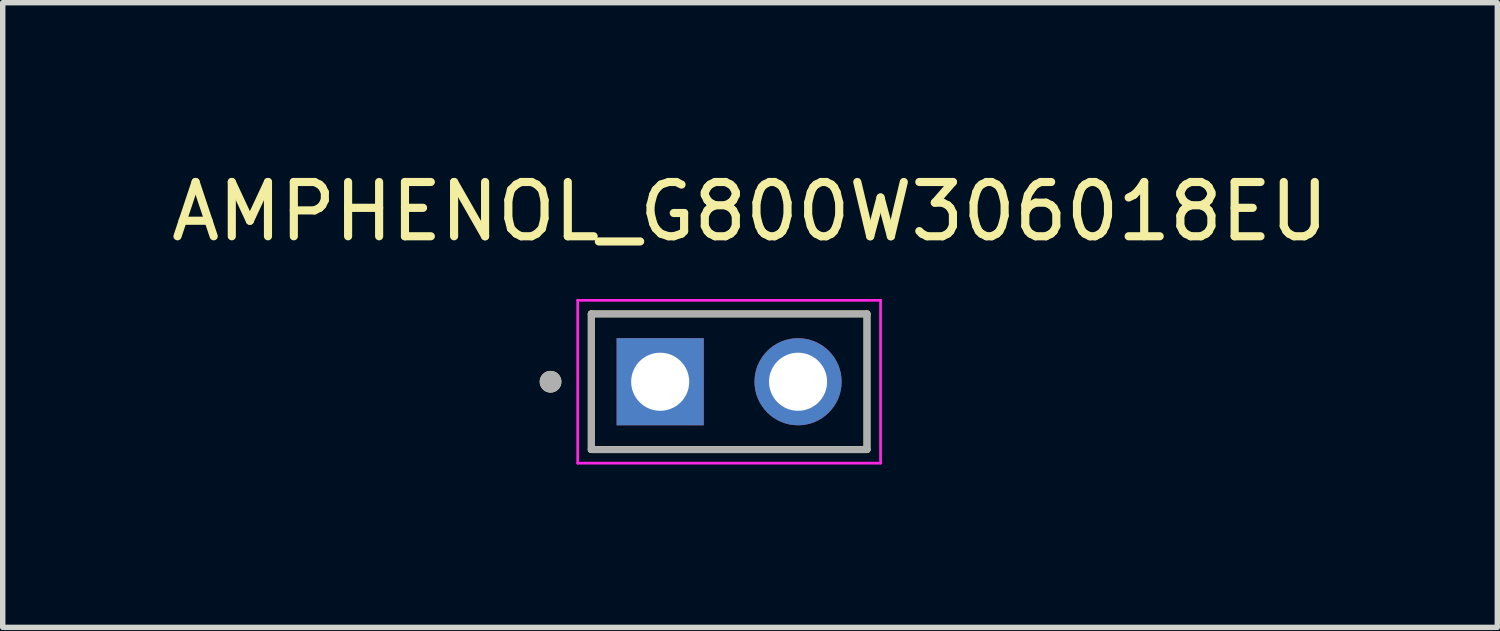
<source format=kicad_pcb>
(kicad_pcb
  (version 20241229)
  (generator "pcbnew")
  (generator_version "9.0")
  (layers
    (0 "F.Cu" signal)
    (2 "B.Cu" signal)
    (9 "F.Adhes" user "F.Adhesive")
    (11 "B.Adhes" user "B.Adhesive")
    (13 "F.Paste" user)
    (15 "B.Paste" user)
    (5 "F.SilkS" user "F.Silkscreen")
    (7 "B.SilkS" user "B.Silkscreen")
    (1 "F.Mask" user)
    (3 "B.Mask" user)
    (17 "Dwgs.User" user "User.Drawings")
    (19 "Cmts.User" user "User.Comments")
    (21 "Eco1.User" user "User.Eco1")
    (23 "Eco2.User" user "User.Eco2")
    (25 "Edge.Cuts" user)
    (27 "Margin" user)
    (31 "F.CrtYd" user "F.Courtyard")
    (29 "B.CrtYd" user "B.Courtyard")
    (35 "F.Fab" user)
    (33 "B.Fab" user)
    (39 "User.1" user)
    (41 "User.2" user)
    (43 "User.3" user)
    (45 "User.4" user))
  (footprint "AMPHENOL_G800W306018EU"
    (layer "F.Cu")
    (at 10.383 3.983)
    (property "Reference" "AMPHENOL_G800W306018EU" (at 0.385 -3.135 0) (layer "F.SilkS") (effects (font (size 1 1) (thickness 0.15))))
    (attr through_hole)
    (fp_line (start -2.54 -1.25) (end 2.54 -1.25) (stroke (width 0.127) (type solid)) (layer "F.SilkS"))
    (fp_line (start -2.54 1.25) (end -2.54 -1.25) (stroke (width 0.127) (type solid)) (layer "F.SilkS"))
    (fp_line (start 2.54 -1.25) (end 2.54 1.25) (stroke (width 0.127) (type solid)) (layer "F.SilkS"))
    (fp_line (start 2.54 1.25) (end -2.54 1.25) (stroke (width 0.127) (type solid)) (layer "F.SilkS"))
    (fp_circle (center -3.29 0) (end -3.19 0) (stroke (width 0.2) (type solid)) (fill no) (layer "F.SilkS"))
    (fp_line (start -2.79 -1.5) (end -2.79 1.5) (stroke (width 0.05) (type solid)) (layer "F.CrtYd"))
    (fp_line (start -2.79 1.5) (end 2.79 1.5) (stroke (width 0.05) (type solid)) (layer "F.CrtYd"))
    (fp_line (start 2.79 -1.5) (end -2.79 -1.5) (stroke (width 0.05) (type solid)) (layer "F.CrtYd"))
    (fp_line (start 2.79 1.5) (end 2.79 -1.5) (stroke (width 0.05) (type solid)) (layer "F.CrtYd"))
    (fp_line (start -2.54 -1.25) (end 2.54 -1.25) (stroke (width 0.127) (type solid)) (layer "F.Fab"))
    (fp_line (start -2.54 1.25) (end -2.54 -1.25) (stroke (width 0.127) (type solid)) (layer "F.Fab"))
    (fp_line (start 2.54 -1.25) (end 2.54 1.25) (stroke (width 0.127) (type solid)) (layer "F.Fab"))
    (fp_line (start 2.54 1.25) (end -2.54 1.25) (stroke (width 0.127) (type solid)) (layer "F.Fab"))
    (fp_circle (center -3.29 0) (end -3.19 0) (stroke (width 0.2) (type solid)) (fill no) (layer "F.Fab"))
    (pad "1" thru_hole rect (at -1.27 0) (size 1.605 1.605) (drill 1.07) (layers "*.Cu" "*.Mask"))
    (pad "2" thru_hole circle (at 1.27 0) (size 1.605 1.605) (drill 1.07) (layers "*.Cu" "*.Mask")))
  (gr_rect
    (start -3 -3)
    (end 24.536 8.508)
    (stroke (width 0.1) (type default))
    (fill no)
    (layer "Edge.Cuts")))
</source>
